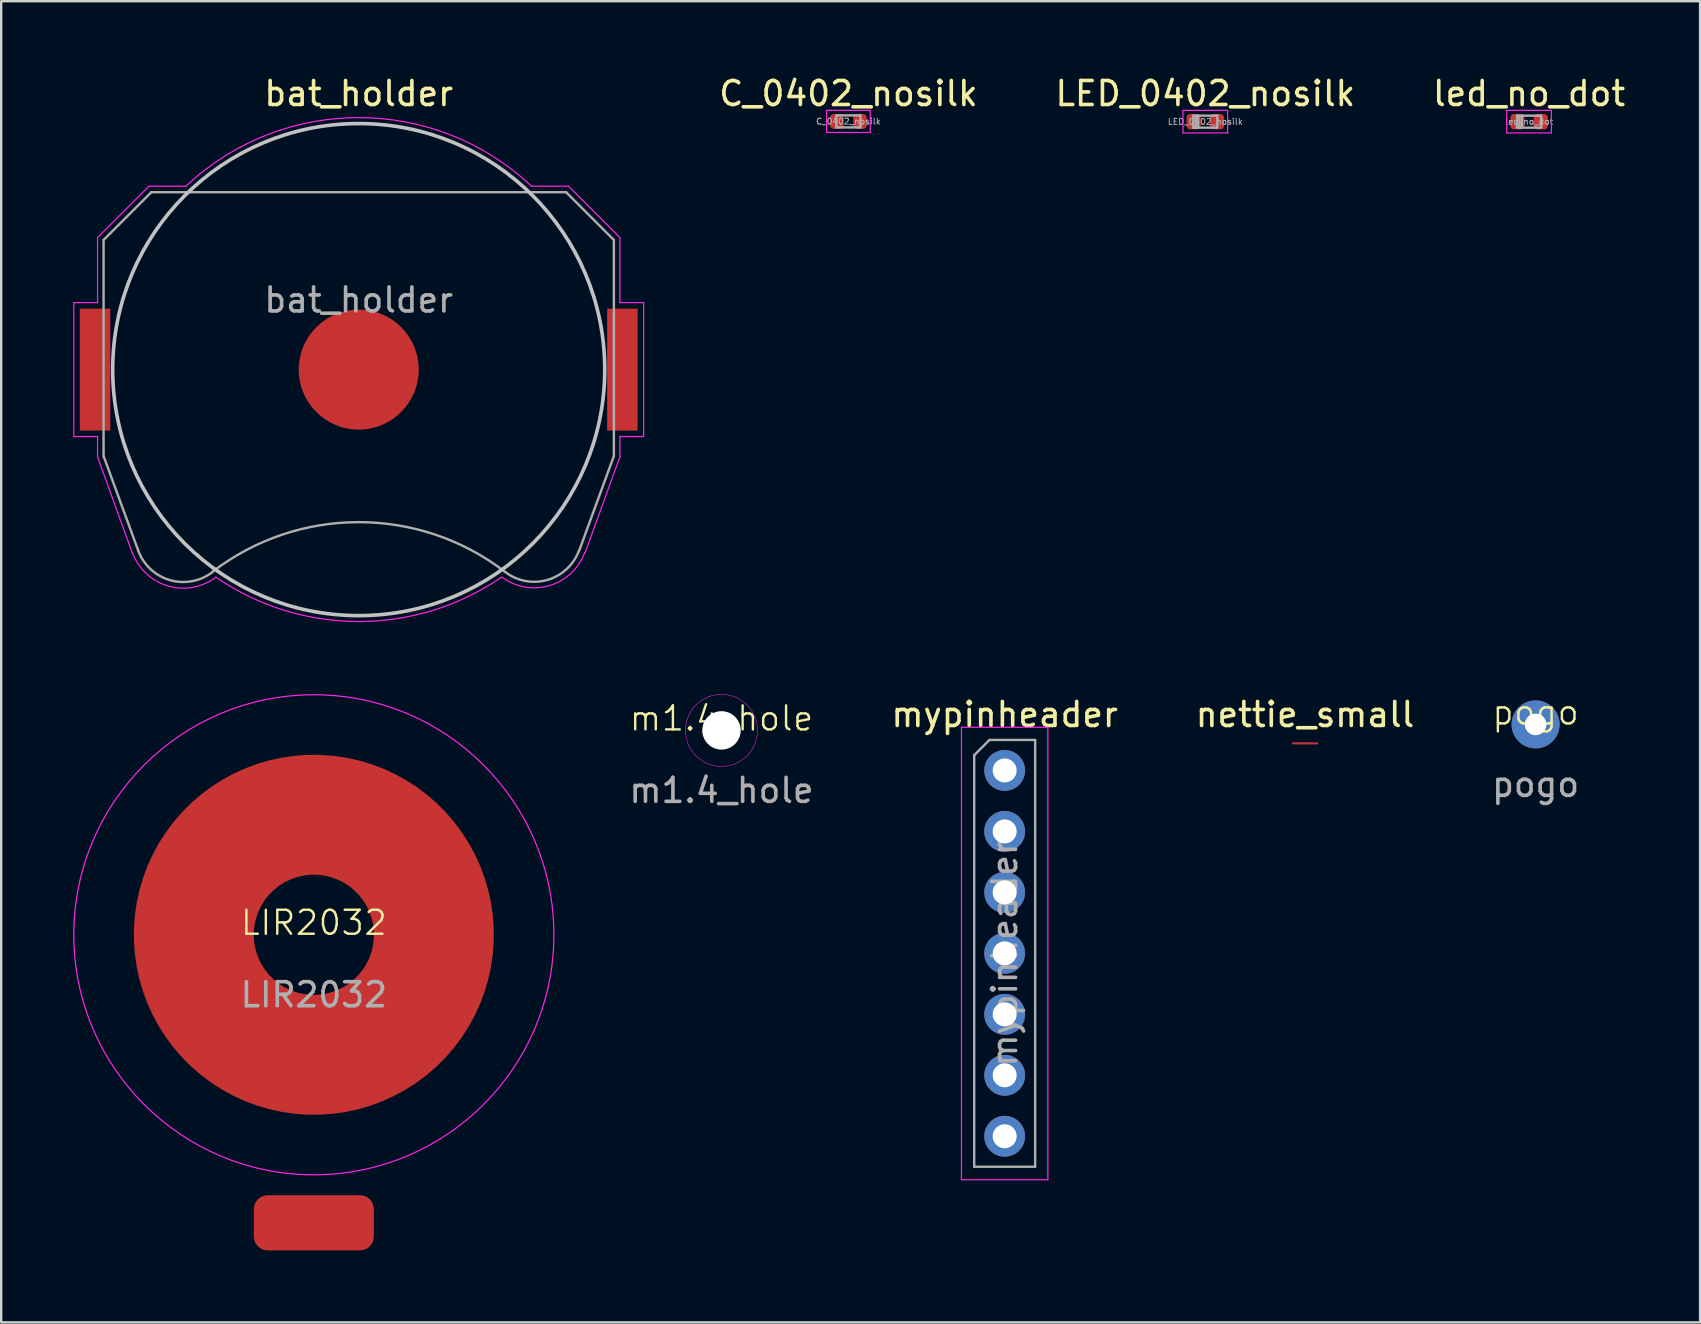
<source format=kicad_pcb>
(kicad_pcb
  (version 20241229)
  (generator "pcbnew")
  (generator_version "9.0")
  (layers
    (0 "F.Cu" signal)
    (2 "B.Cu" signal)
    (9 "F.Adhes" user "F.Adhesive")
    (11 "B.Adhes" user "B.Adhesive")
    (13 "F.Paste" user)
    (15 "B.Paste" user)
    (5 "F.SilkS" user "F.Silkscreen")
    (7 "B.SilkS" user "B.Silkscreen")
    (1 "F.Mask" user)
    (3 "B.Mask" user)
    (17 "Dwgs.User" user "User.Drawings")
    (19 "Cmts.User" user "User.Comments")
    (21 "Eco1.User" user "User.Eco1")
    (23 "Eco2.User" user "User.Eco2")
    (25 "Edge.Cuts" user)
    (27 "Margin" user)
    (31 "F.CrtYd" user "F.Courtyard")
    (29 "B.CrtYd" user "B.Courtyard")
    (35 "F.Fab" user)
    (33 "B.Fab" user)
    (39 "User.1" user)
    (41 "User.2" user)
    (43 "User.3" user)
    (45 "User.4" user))
  (footprint "bat_holder"
    (layer "F.Cu")
    (at 11.895 12.348)
    (property "Reference" "bat_holder" (at 0 -11.5 180) (layer "F.SilkS") (effects (font (size 1 1) (thickness 0.15))))
    (attr smd)
    (fp_circle (center 0 0) (end 0 10.25) (stroke (width 0.15) (type solid)) (fill no) (layer "Dwgs.User"))
    (fp_line (start -11.87 -2.79) (end -11.87 2.79) (stroke (width 0.05) (type solid)) (layer "F.CrtYd"))
    (fp_line (start -11.87 2.79) (end -10.88 2.79) (stroke (width 0.05) (type solid)) (layer "F.CrtYd"))
    (fp_line (start -10.88 -5.5) (end -10.88 -2.79) (stroke (width 0.05) (type solid)) (layer "F.CrtYd"))
    (fp_line (start -10.88 -2.79) (end -11.87 -2.79) (stroke (width 0.05) (type solid)) (layer "F.CrtYd"))
    (fp_line (start -10.88 2.79) (end -10.88 3.64) (stroke (width 0.05) (type solid)) (layer "F.CrtYd"))
    (fp_line (start -10.88 3.64) (end -9.44 7.62) (stroke (width 0.05) (type solid)) (layer "F.CrtYd"))
    (fp_line (start -8.74 -7.64) (end -10.88 -5.5) (stroke (width 0.05) (type solid)) (layer "F.CrtYd"))
    (fp_line (start -7.2 -7.64) (end -8.74 -7.64) (stroke (width 0.05) (type solid)) (layer "F.CrtYd"))
    (fp_line (start 8.74 -7.64) (end 7.2 -7.64) (stroke (width 0.05) (type solid)) (layer "F.CrtYd"))
    (fp_line (start 9.43 7.63) (end 10.88 3.64) (stroke (width 0.05) (type solid)) (layer "F.CrtYd"))
    (fp_line (start 10.88 -5.5) (end 8.74 -7.64) (stroke (width 0.05) (type solid)) (layer "F.CrtYd"))
    (fp_line (start 10.88 -2.79) (end 10.88 -5.5) (stroke (width 0.05) (type solid)) (layer "F.CrtYd"))
    (fp_line (start 10.88 2.79) (end 11.87 2.79) (stroke (width 0.05) (type solid)) (layer "F.CrtYd"))
    (fp_line (start 10.88 3.64) (end 10.88 2.79) (stroke (width 0.05) (type solid)) (layer "F.CrtYd"))
    (fp_line (start 11.87 -2.79) (end 10.88 -2.79) (stroke (width 0.05) (type solid)) (layer "F.CrtYd"))
    (fp_line (start 11.87 2.79) (end 11.87 -2.79) (stroke (width 0.05) (type solid)) (layer "F.CrtYd"))
    (fp_arc (start -7.199546 -7.640427) (mid 0.000312 -10.498075) (end 7.2 -7.64) (stroke (width 0.05) (type solid)) (layer "F.CrtYd"))
    (fp_arc (start -5.956965 8.654604) (mid -7.953941 9.011629) (end -9.43 7.62) (stroke (width 0.05) (type solid)) (layer "F.CrtYd"))
    (fp_arc (start 5.945368 8.650075) (mid -0.008883 10.496243) (end -5.96 8.64) (stroke (width 0.05) (type solid)) (layer "F.CrtYd"))
    (fp_arc (start 9.415144 7.621341) (mid 7.944017 9.000493) (end 5.96 8.64) (stroke (width 0.05) (type solid)) (layer "F.CrtYd"))
    (fp_line (start -10.63 -5.4) (end -8.64 -7.39) (stroke (width 0.1) (type solid)) (layer "F.Fab"))
    (fp_line (start -10.63 3.6) (end -10.63 -5.4) (stroke (width 0.1) (type solid)) (layer "F.Fab"))
    (fp_line (start -9.19 7.53) (end -10.63 3.6) (stroke (width 0.1) (type solid)) (layer "F.Fab"))
    (fp_line (start -8.64 -7.39) (end 8.64 -7.39) (stroke (width 0.1) (type solid)) (layer "F.Fab"))
    (fp_line (start 8.64 -7.39) (end 10.63 -5.4) (stroke (width 0.1) (type solid)) (layer "F.Fab"))
    (fp_line (start 10.63 -5.4) (end 10.63 3.6) (stroke (width 0.1) (type solid)) (layer "F.Fab"))
    (fp_line (start 10.63 3.6) (end 9.19 7.53) (stroke (width 0.1) (type solid)) (layer "F.Fab"))
    (fp_arc (start -6.096146 8.438508) (mid -7.87328 8.768206) (end -9.19 7.53) (stroke (width 0.1) (type solid)) (layer "F.Fab"))
    (fp_arc (start -6.094852 8.426043) (mid 0.003247 6.355257) (end 6.1 8.43) (stroke (width 0.1) (type solid)) (layer "F.Fab"))
    (fp_arc (start 9.180727 7.528882) (mid 7.868698 8.760067) (end 6.1 8.43) (stroke (width 0.1) (type solid)) (layer "F.Fab"))
    (fp_text user "${REFERENCE}" (at 0 -2.9 180) (layer "F.Fab") (effects (font (size 1 1) (thickness 0.15))))
    (pad "1" smd rect (at -10.985 0) (size 1.27 5.08) (layers "F.Cu" "F.Mask" "F.Paste"))
    (pad "1" smd rect (at 10.985 0) (size 1.27 5.08) (layers "F.Cu" "F.Mask" "F.Paste"))
    (pad "2" smd circle (at 0 0) (size 5 5) (layers "F.Cu" "F.Mask")))
  (footprint "mypinheader"
    (layer "F.Cu")
    (at 38.806 29.048)
    (property "Reference" "mypinheader" (at 0 -2.33 0) (layer "F.SilkS") (effects (font (size 1 1) (thickness 0.15))))
    (attr through_hole)
    (fp_line (start -1.8 -1.8) (end -1.8 17.05) (stroke (width 0.05) (type solid)) (layer "F.CrtYd"))
    (fp_line (start -1.8 17.05) (end 1.8 17.05) (stroke (width 0.05) (type solid)) (layer "F.CrtYd"))
    (fp_line (start 1.8 -1.8) (end -1.8 -1.8) (stroke (width 0.05) (type solid)) (layer "F.CrtYd"))
    (fp_line (start 1.8 17.05) (end 1.8 -1.8) (stroke (width 0.05) (type solid)) (layer "F.CrtYd"))
    (fp_line (start -1.27 -0.635) (end -0.635 -1.27) (stroke (width 0.1) (type solid)) (layer "F.Fab"))
    (fp_line (start -1.27 16.51) (end -1.27 -0.635) (stroke (width 0.1) (type solid)) (layer "F.Fab"))
    (fp_line (start -0.635 -1.27) (end 1.27 -1.27) (stroke (width 0.1) (type solid)) (layer "F.Fab"))
    (fp_line (start 1.27 -1.27) (end 1.27 16.51) (stroke (width 0.1) (type solid)) (layer "F.Fab"))
    (fp_line (start 1.27 16.51) (end -1.27 16.51) (stroke (width 0.1) (type solid)) (layer "F.Fab"))
    (fp_text user "${REFERENCE}" (at 0 7.62 90) (layer "F.Fab") (effects (font (size 1 1) (thickness 0.15))))
    (pad "1" thru_hole oval (at 0 0) (size 1.7 1.7) (drill 1) (layers "*.Cu" "*.Mask"))
    (pad "2" thru_hole oval (at 0 2.54) (size 1.7 1.7) (drill 1) (layers "*.Cu" "*.Mask"))
    (pad "3" thru_hole oval (at 0 5.08) (size 1.7 1.7) (drill 1) (layers "*.Cu" "*.Mask"))
    (pad "4" thru_hole oval (at 0 7.62) (size 1.7 1.7) (drill 1) (layers "*.Cu" "*.Mask"))
    (pad "5" thru_hole oval (at 0 10.16) (size 1.7 1.7) (drill 1) (layers "*.Cu" "*.Mask"))
    (pad "6" thru_hole oval (at 0 12.7) (size 1.7 1.7) (drill 1) (layers "*.Cu" "*.Mask"))
    (pad "7" thru_hole oval (at 0 15.24) (size 1.7 1.7) (drill 1) (layers "*.Cu" "*.Mask")))
  (footprint "pogo"
    (layer "F.Cu")
    (at 60.925 27.13)
    (property "Reference" "pogo" (at 0 -0.5 0) (unlocked yes) (layer "F.SilkS") (effects (font (size 1 1) (thickness 0.1))))
    (attr through_hole)
    (fp_text user "${REFERENCE}" (at 0 2.5 0) (unlocked yes) (layer "F.Fab") (effects (font (size 1 1) (thickness 0.15))))
    (pad "1" thru_hole circle (at 0 0) (size 2 2) (drill 0.9) (layers "*.Cu" "*.Mask")))
  (footprint "LIR2032"
    (layer "F.Cu")
    (at 10.025 35.894)
    (property "Reference" "LIR2032" (at 0 -0.5 0) (unlocked yes) (layer "F.SilkS") (effects (font (size 1 1) (thickness 0.1))))
    (attr smd)
    (fp_circle (center 0 0) (end 10 0) (stroke (width 0.05) (type default)) (fill no) (layer "F.CrtYd"))
    (fp_text user "${REFERENCE}" (at 0 2.5 0) (unlocked yes) (layer "F.Fab") (effects (font (size 1 1) (thickness 0.15))))
    (pad "1" smd roundrect (at 0 12) (size 5 2.3) (layers "F.Cu" "F.Mask") (roundrect_rratio 0.25))
    (pad "2" smd custom (at 0 0) (size 0.001 0.001) (layers "F.Cu" "F.Mask" "F.Paste") (options (anchor circle)) (primitives (gr_circle (center 0 0) (end 5 0) (width 5) (fill no)))))
  (footprint "C_0402_nosilk"
    (layer "F.Cu")
    (at 32.296 2.008)
    (property "Reference" "C_0402_nosilk" (at 0 -1.16 0) (layer "F.SilkS") (effects (font (size 1 1) (thickness 0.15))))
    (attr smd)
    (fp_line (start -0.91 -0.46) (end 0.91 -0.46) (stroke (width 0.05) (type solid)) (layer "F.CrtYd"))
    (fp_line (start -0.91 0.46) (end -0.91 -0.46) (stroke (width 0.05) (type solid)) (layer "F.CrtYd"))
    (fp_line (start 0.91 -0.46) (end 0.91 0.46) (stroke (width 0.05) (type solid)) (layer "F.CrtYd"))
    (fp_line (start 0.91 0.46) (end -0.91 0.46) (stroke (width 0.05) (type solid)) (layer "F.CrtYd"))
    (fp_line (start -0.5 -0.25) (end 0.5 -0.25) (stroke (width 0.1) (type solid)) (layer "F.Fab"))
    (fp_line (start -0.5 0.25) (end -0.5 -0.25) (stroke (width 0.1) (type solid)) (layer "F.Fab"))
    (fp_line (start 0.5 -0.25) (end 0.5 0.25) (stroke (width 0.1) (type solid)) (layer "F.Fab"))
    (fp_line (start 0.5 0.25) (end -0.5 0.25) (stroke (width 0.1) (type solid)) (layer "F.Fab"))
    (fp_text user "${REFERENCE}" (at 0 0 0) (layer "F.Fab") (effects (font (size 0.25 0.25) (thickness 0.04))))
    (pad "1" smd roundrect (at -0.48 0) (size 0.56 0.62) (layers "F.Cu" "F.Mask" "F.Paste") (roundrect_rratio 0.25))
    (pad "2" smd roundrect (at 0.48 0) (size 0.56 0.62) (layers "F.Cu" "F.Mask" "F.Paste") (roundrect_rratio 0.25)))
  (footprint "m1.4_hole"
    (layer "F.Cu")
    (at 27.008 27.379)
    (property "Reference" "m1.4_hole" (at 0 -0.5 0) (unlocked yes) (layer "F.SilkS") (effects (font (size 1 1) (thickness 0.1))))
    (fp_circle (center 0 0) (end 1.5 0) (stroke (width 0.02) (type default)) (fill no) (layer "F.CrtYd"))
    (fp_text user "${REFERENCE}" (at 0 2.5 0) (unlocked yes) (layer "F.Fab") (effects (font (size 1 1) (thickness 0.15))))
    (pad "" np_thru_hole circle (at 0 0) (size 1.6 1.6) (drill 1.6) (layers "*.Cu" "*.Mask")))
  (footprint "led_no_dot"
    (layer "F.Cu")
    (at 60.653 2.018)
    (property "Reference" "led_no_dot" (at 0 -1.17 0) (layer "F.SilkS") (effects (font (size 1 1) (thickness 0.15))))
    (attr smd)
    (fp_line (start -0.93 -0.47) (end 0.93 -0.47) (stroke (width 0.05) (type solid)) (layer "F.CrtYd"))
    (fp_line (start -0.93 0.47) (end -0.93 -0.47) (stroke (width 0.05) (type solid)) (layer "F.CrtYd"))
    (fp_line (start 0.93 -0.47) (end 0.93 0.47) (stroke (width 0.05) (type solid)) (layer "F.CrtYd"))
    (fp_line (start 0.93 0.47) (end -0.93 0.47) (stroke (width 0.05) (type solid)) (layer "F.CrtYd"))
    (fp_line (start -0.5 -0.25) (end 0.5 -0.25) (stroke (width 0.1) (type solid)) (layer "F.Fab"))
    (fp_line (start -0.5 0.25) (end -0.5 -0.25) (stroke (width 0.1) (type solid)) (layer "F.Fab"))
    (fp_line (start -0.4 0.25) (end -0.4 -0.25) (stroke (width 0.1) (type solid)) (layer "F.Fab"))
    (fp_line (start -0.3 0.25) (end -0.3 -0.25) (stroke (width 0.1) (type solid)) (layer "F.Fab"))
    (fp_line (start 0.5 -0.25) (end 0.5 0.25) (stroke (width 0.1) (type solid)) (layer "F.Fab"))
    (fp_line (start 0.5 0.25) (end -0.5 0.25) (stroke (width 0.1) (type solid)) (layer "F.Fab"))
    (fp_text user "${REFERENCE}" (at 0 0 0) (layer "F.Fab") (effects (font (size 0.25 0.25) (thickness 0.04))))
    (pad "1" smd roundrect (at -0.485 0) (size 0.59 0.64) (layers "F.Cu" "F.Mask" "F.Paste") (roundrect_rratio 0.25))
    (pad "2" smd roundrect (at 0.485 0) (size 0.59 0.64) (layers "F.Cu" "F.Mask" "F.Paste") (roundrect_rratio 0.25)))
  (footprint "LED_0402_nosilk"
    (layer "F.Cu")
    (at 47.165 2.018)
    (property "Reference" "LED_0402_nosilk" (at 0 -1.17 0) (layer "F.SilkS") (effects (font (size 1 1) (thickness 0.15))))
    (attr smd)
    (fp_line (start -0.93 -0.47) (end 0.93 -0.47) (stroke (width 0.05) (type solid)) (layer "F.CrtYd"))
    (fp_line (start -0.93 0.47) (end -0.93 -0.47) (stroke (width 0.05) (type solid)) (layer "F.CrtYd"))
    (fp_line (start 0.93 -0.47) (end 0.93 0.47) (stroke (width 0.05) (type solid)) (layer "F.CrtYd"))
    (fp_line (start 0.93 0.47) (end -0.93 0.47) (stroke (width 0.05) (type solid)) (layer "F.CrtYd"))
    (fp_line (start -0.5 -0.25) (end 0.5 -0.25) (stroke (width 0.1) (type solid)) (layer "F.Fab"))
    (fp_line (start -0.5 0.25) (end -0.5 -0.25) (stroke (width 0.1) (type solid)) (layer "F.Fab"))
    (fp_line (start -0.4 0.25) (end -0.4 -0.25) (stroke (width 0.1) (type solid)) (layer "F.Fab"))
    (fp_line (start -0.3 0.25) (end -0.3 -0.25) (stroke (width 0.1) (type solid)) (layer "F.Fab"))
    (fp_line (start 0.5 -0.25) (end 0.5 0.25) (stroke (width 0.1) (type solid)) (layer "F.Fab"))
    (fp_line (start 0.5 0.25) (end -0.5 0.25) (stroke (width 0.1) (type solid)) (layer "F.Fab"))
    (fp_text user "${REFERENCE}" (at 0 0 0) (layer "F.Fab") (effects (font (size 0.25 0.25) (thickness 0.04))))
    (pad "1" smd roundrect (at -0.485 0) (size 0.59 0.64) (layers "F.Cu" "F.Mask" "F.Paste") (roundrect_rratio 0.25))
    (pad "2" smd roundrect (at 0.485 0) (size 0.59 0.64) (layers "F.Cu" "F.Mask" "F.Paste") (roundrect_rratio 0.25)))
  (footprint "nettie_small"
    (layer "F.Cu")
    (at 51.318 27.918)
    (property "Reference" "nettie_small" (at 0 -1.2 180) (layer "F.SilkS") (effects (font (size 1 1) (thickness 0.15))))
    (attr exclude_from_pos_files exclude_from_bom allow_missing_courtyard)
    (fp_rect (start -0.1 0) (end 0.1 0) (stroke (width 0.089) (type default)) (fill no) (layer "F.Cu"))
    (pad "1" smd oval (at -0.3 0) (size 0.5 0.089) (layers "F.Cu"))
    (pad "2" smd oval (at 0.3 0) (size 0.5 0.089) (layers "F.Cu")))
  (gr_rect
    (start -3 -3)
    (end 67.778 52.044)
    (stroke (width 0.1) (type default))
    (fill no)
    (layer "Edge.Cuts")))
</source>
